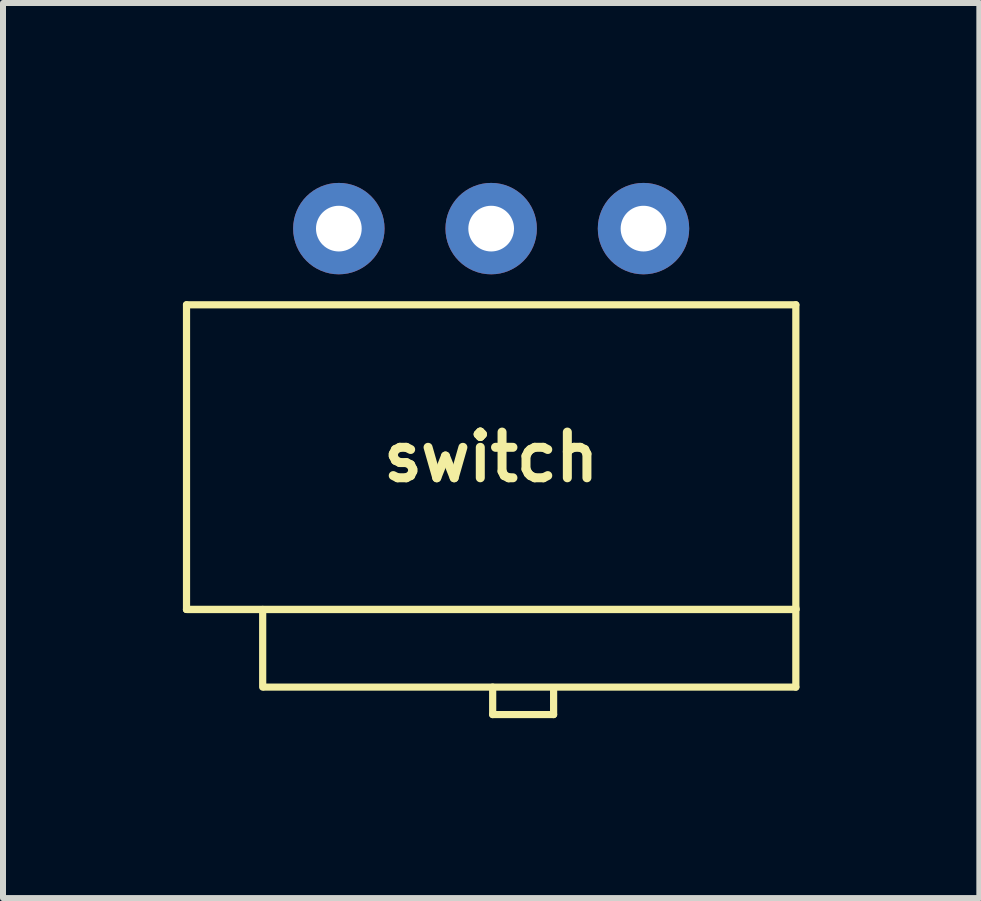
<source format=kicad_pcb>
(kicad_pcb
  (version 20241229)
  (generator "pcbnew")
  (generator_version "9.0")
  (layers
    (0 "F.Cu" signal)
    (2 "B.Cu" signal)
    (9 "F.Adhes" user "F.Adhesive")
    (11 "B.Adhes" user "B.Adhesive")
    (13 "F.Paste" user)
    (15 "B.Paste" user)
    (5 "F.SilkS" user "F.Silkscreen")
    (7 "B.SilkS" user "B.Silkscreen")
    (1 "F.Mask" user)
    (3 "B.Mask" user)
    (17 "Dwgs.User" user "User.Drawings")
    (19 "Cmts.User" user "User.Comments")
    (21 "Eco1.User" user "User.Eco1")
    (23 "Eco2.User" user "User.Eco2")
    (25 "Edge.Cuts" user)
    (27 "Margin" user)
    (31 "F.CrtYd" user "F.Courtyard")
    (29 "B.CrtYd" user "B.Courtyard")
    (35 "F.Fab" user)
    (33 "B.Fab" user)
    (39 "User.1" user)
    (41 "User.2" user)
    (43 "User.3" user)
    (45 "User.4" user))
  (footprint "switch"
    (layer "F.Cu")
    (at 5.14 0.762)
    (property "Reference" "switch" (at 0 3.81 0) (layer "F.SilkS") (effects (font (size 0.762 0.762) (thickness 0.15))))
    (attr through_hole)
    (fp_line (start -5.08 1.27) (end 5.08 1.27) (stroke (width 0.12) (type solid)) (layer "F.SilkS"))
    (fp_line (start -5.08 6.35) (end -5.08 1.27) (stroke (width 0.12) (type solid)) (layer "F.SilkS"))
    (fp_line (start -5.08 6.35) (end 5.08 6.35) (stroke (width 0.12) (type solid)) (layer "F.SilkS"))
    (fp_line (start -3.81 7.645) (end -3.81 6.35) (stroke (width 0.12) (type solid)) (layer "F.SilkS"))
    (fp_line (start 0.025 7.645) (end 0.025 8.103) (stroke (width 0.12) (type solid)) (layer "F.SilkS"))
    (fp_line (start 0.025 8.103) (end 1.041 8.103) (stroke (width 0.12) (type solid)) (layer "F.SilkS"))
    (fp_line (start 1.041 8.103) (end 1.041 7.696) (stroke (width 0.12) (type solid)) (layer "F.SilkS"))
    (fp_line (start 5.08 1.27) (end 5.08 6.35) (stroke (width 0.12) (type solid)) (layer "F.SilkS"))
    (fp_line (start 5.08 6.325) (end 5.08 7.645) (stroke (width 0.12) (type solid)) (layer "F.SilkS"))
    (fp_line (start 5.08 6.35) (end -5.08 6.35) (stroke (width 0.12) (type solid)) (layer "F.SilkS"))
    (fp_line (start 5.08 7.645) (end -3.785 7.645) (stroke (width 0.12) (type solid)) (layer "F.SilkS"))
    (pad "1" thru_hole circle (at 0 0) (size 1.524 1.524) (drill 0.762) (layers "*.Cu" "*.Mask"))
    (pad "2" thru_hole circle (at 2.54 0) (size 1.524 1.524) (drill 0.762) (layers "*.Cu" "*.Mask"))
    (pad "3" thru_hole circle (at -2.54 0) (size 1.524 1.524) (drill 0.762) (layers "*.Cu" "*.Mask")))
  (gr_rect
    (start -3 -3)
    (end 13.28 11.925)
    (stroke (width 0.1) (type default))
    (fill no)
    (layer "Edge.Cuts")))
</source>
